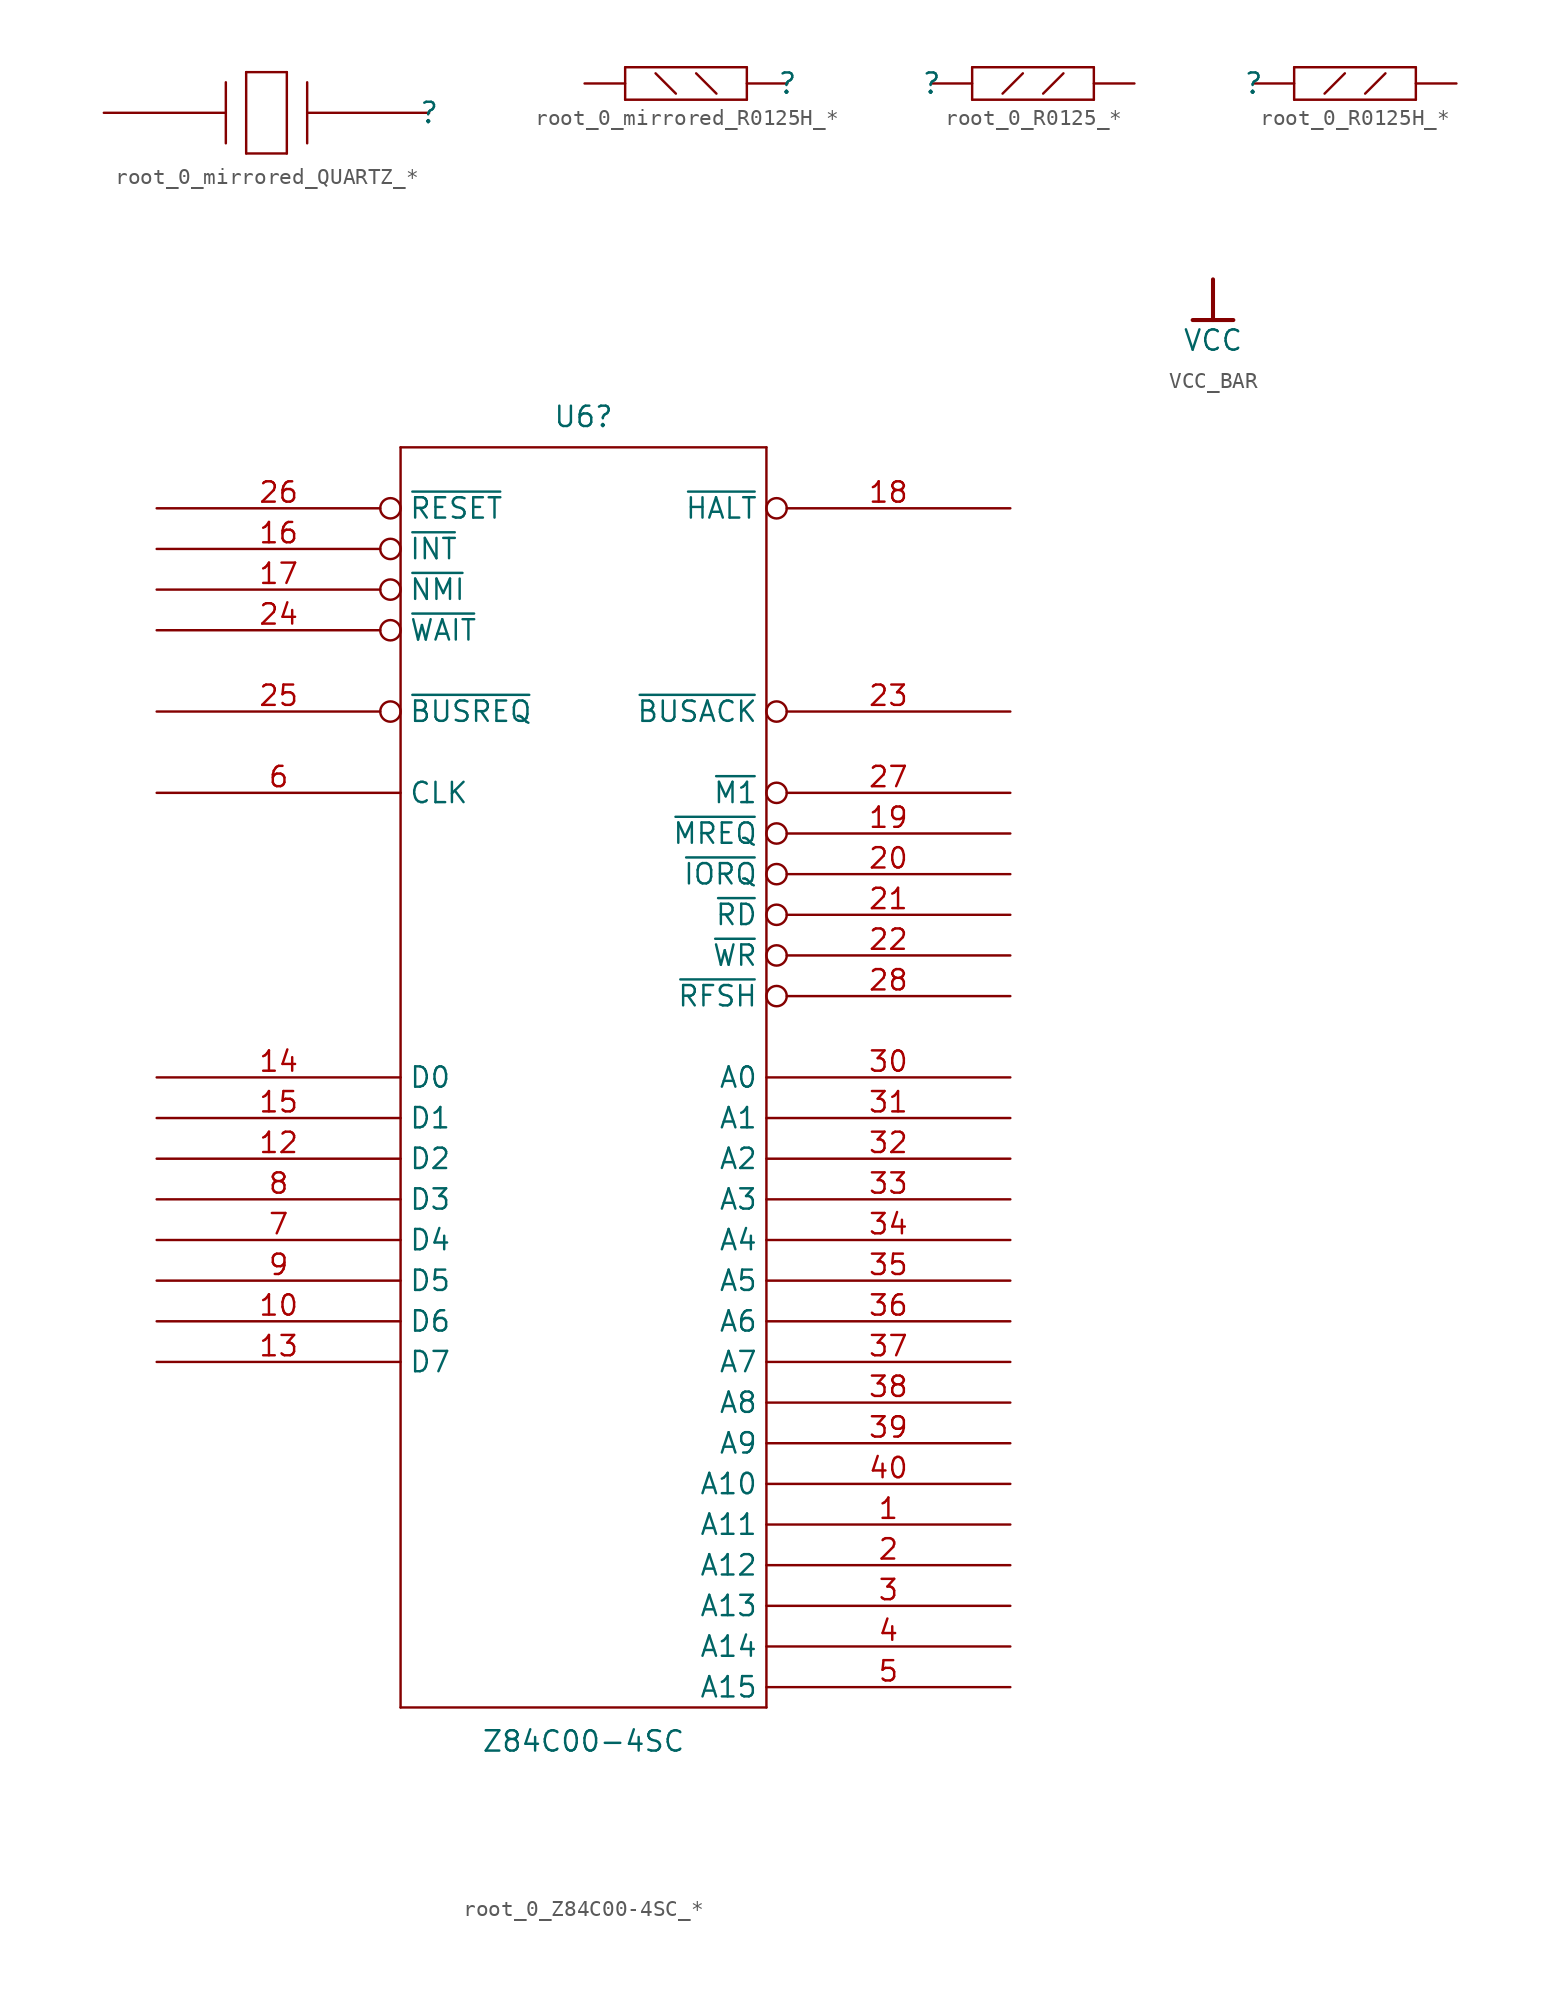
<source format=kicad_sym>
(kicad_symbol_lib
  (version 20241209)
  (generator "kicad_symbol_editor")
  (generator_version "9.0")
  (symbol "root_0_mirrored_QUARTZ_*"
    (pin_numbers
      (hide yes))
    (pin_names
      (hide yes))
    (property "Reference" ""
      (at 0 0 0)
      (effects (font (size 1.27 1.27))))
    (property "Value" ""
      (at 0 0 0)
      (effects (font (size 1.27 1.27))))
    (symbol "root_0_mirrored_QUARTZ_*_1_0"
      (polyline (pts (xy -12.7 -1.905) (xy -12.7 1.905)) (stroke (width 0) (type solid)) (fill (type none)))
      (polyline (pts (xy -11.43 2.54) (xy -11.43 -2.54)) (stroke (width 0) (type solid)) (fill (type none)))
      (polyline (pts (xy -11.43 -2.54) (xy -8.89 -2.54)) (stroke (width 0) (type solid)) (fill (type none)))
      (polyline (pts (xy -8.89 2.54) (xy -11.43 2.54)) (stroke (width 0) (type solid)) (fill (type none)))
      (polyline (pts (xy -8.89 -2.54) (xy -8.89 2.54)) (stroke (width 0) (type solid)) (fill (type none)))
      (polyline (pts (xy -7.62 -1.905) (xy -7.62 1.905)) (stroke (width 0) (type solid)) (fill (type none)))
      (pin passive line (at -20.32 0 0) (length 7.62) (name "" (effects (font (size 1.27 1.27)))) (number "2" (effects (font (size 1.27 1.27)))))
      (pin passive line (at 0 0 180) (length 7.62) (name "" (effects (font (size 1.27 1.27)))) (number "1" (effects (font (size 1.27 1.27)))))))
  (symbol "root_0_mirrored_R0125H_*"
    (pin_numbers
      (hide yes))
    (pin_names
      (hide yes))
    (property "Reference" ""
      (at 0 0 0)
      (effects (font (size 1.27 1.27))))
    (property "Value" ""
      (at 0 0 0)
      (effects (font (size 1.27 1.27))))
    (symbol "root_0_mirrored_R0125H_*_1_0"
      (polyline (pts (xy -10.16 -1.016) (xy -10.16 1.016)) (stroke (width 0) (type solid)) (fill (type none)))
      (polyline (pts (xy -10.16 -1.016) (xy -2.54 -1.016)) (stroke (width 0) (type solid)) (fill (type none)))
      (polyline (pts (xy -6.985 -0.635) (xy -8.255 0.635)) (stroke (width 0) (type solid)) (fill (type none)))
      (polyline (pts (xy -4.445 -0.635) (xy -5.715 0.635)) (stroke (width 0) (type solid)) (fill (type none)))
      (polyline (pts (xy -2.54 1.016) (xy -10.16 1.016)) (stroke (width 0) (type solid)) (fill (type none)))
      (polyline (pts (xy -2.54 -1.016) (xy -2.54 1.016)) (stroke (width 0) (type solid)) (fill (type none)))
      (pin passive line (at -12.7 0 0) (length 2.54) (name "" (effects (font (size 1.27 1.27)))) (number "2" (effects (font (size 1.27 1.27)))))
      (pin passive line (at 0 0 180) (length 2.54) (name "" (effects (font (size 1.27 1.27)))) (number "1" (effects (font (size 1.27 1.27)))))))
  (symbol "root_0_R0125_*"
    (pin_numbers
      (hide yes))
    (pin_names
      (hide yes))
    (property "Reference" ""
      (at 0 0 0)
      (effects (font (size 1.27 1.27))))
    (property "Value" ""
      (at 0 0 0)
      (effects (font (size 1.27 1.27))))
    (symbol "root_0_R0125_*_1_0"
      (polyline (pts (xy 2.54 1.016) (xy 10.16 1.016)) (stroke (width 0) (type solid)) (fill (type none)))
      (polyline (pts (xy 2.54 -1.016) (xy 2.54 1.016)) (stroke (width 0) (type solid)) (fill (type none)))
      (polyline (pts (xy 4.445 -0.635) (xy 5.715 0.635)) (stroke (width 0) (type solid)) (fill (type none)))
      (polyline (pts (xy 6.985 -0.635) (xy 8.255 0.635)) (stroke (width 0) (type solid)) (fill (type none)))
      (polyline (pts (xy 10.16 -1.016) (xy 2.54 -1.016)) (stroke (width 0) (type solid)) (fill (type none)))
      (polyline (pts (xy 10.16 -1.016) (xy 10.16 1.016)) (stroke (width 0) (type solid)) (fill (type none)))
      (pin passive line (at 0 0 0) (length 2.54) (name "TOP" (effects (font (size 1.27 1.27)))) (number "1" (effects (font (size 1.27 1.27)))))
      (pin passive line (at 12.7 0 180) (length 2.54) (name "BOT" (effects (font (size 1.27 1.27)))) (number "2" (effects (font (size 1.27 1.27)))))))
  (symbol "root_0_R0125H_*"
    (pin_numbers
      (hide yes))
    (pin_names
      (hide yes))
    (property "Reference" ""
      (at 0 0 0)
      (effects (font (size 1.27 1.27))))
    (property "Value" ""
      (at 0 0 0)
      (effects (font (size 1.27 1.27))))
    (symbol "root_0_R0125H_*_1_0"
      (polyline (pts (xy 2.54 1.016) (xy 10.16 1.016)) (stroke (width 0) (type solid)) (fill (type none)))
      (polyline (pts (xy 2.54 -1.016) (xy 2.54 1.016)) (stroke (width 0) (type solid)) (fill (type none)))
      (polyline (pts (xy 4.445 -0.635) (xy 5.715 0.635)) (stroke (width 0) (type solid)) (fill (type none)))
      (polyline (pts (xy 6.985 -0.635) (xy 8.255 0.635)) (stroke (width 0) (type solid)) (fill (type none)))
      (polyline (pts (xy 10.16 -1.016) (xy 2.54 -1.016)) (stroke (width 0) (type solid)) (fill (type none)))
      (polyline (pts (xy 10.16 -1.016) (xy 10.16 1.016)) (stroke (width 0) (type solid)) (fill (type none)))
      (pin passive line (at 0 0 0) (length 2.54) (name "" (effects (font (size 1.27 1.27)))) (number "1" (effects (font (size 1.27 1.27)))))
      (pin passive line (at 12.7 0 180) (length 2.54) (name "" (effects (font (size 1.27 1.27)))) (number "2" (effects (font (size 1.27 1.27)))))))
  (symbol "root_0_Z84C00-4SC_*"
    (property "Reference" "U6"
      (at 26.67 58.319 0)
      (effects (font (size 1.27 1.27)) (justify bottom)))
    (property "Value" "Z84C00-4SC"
      (at 26.67 -22.961 0)
      (effects (font (size 1.27 1.27)) (justify top)))
    (symbol "root_0_Z84C00-4SC_*_0_0"
      (pin power_in line (at 10.16 -7.62 90) (length 7.62) (hide yes) (name "VCC" (effects (font (size 1.27 1.27)))) (number "11" (effects (font (size 1.27 1.27)))))
      (pin power_in line (at 12.7 -7.62 90) (length 7.62) (hide yes) (name "GND" (effects (font (size 1.27 1.27)))) (number "29" (effects (font (size 1.27 1.27))))))
    (symbol "root_0_Z84C00-4SC_*_1_0"
      (polyline (pts (xy 15.24 57.15) (xy 38.1 57.15)) (stroke (width 0) (type solid)) (fill (type none)))
      (polyline (pts (xy 15.24 -21.59) (xy 15.24 57.15)) (stroke (width 0) (type solid)) (fill (type none)))
      (polyline (pts (xy 38.1 57.15) (xy 38.1 -21.59)) (stroke (width 0) (type solid)) (fill (type none)))
      (polyline (pts (xy 38.1 -21.59) (xy 15.24 -21.59)) (stroke (width 0) (type solid)) (fill (type none)))
      (pin input inverted (at 0 53.34 0) (length 15.24) (name "~{RESET}" (effects (font (size 1.27 1.27)))) (number "26" (effects (font (size 1.27 1.27)))))
      (pin input inverted (at 0 50.8 0) (length 15.24) (name "~{INT}" (effects (font (size 1.27 1.27)))) (number "16" (effects (font (size 1.27 1.27)))))
      (pin input inverted (at 0 48.26 0) (length 15.24) (name "~{NMI}" (effects (font (size 1.27 1.27)))) (number "17" (effects (font (size 1.27 1.27)))))
      (pin input inverted (at 0 45.72 0) (length 15.24) (name "~{WAIT}" (effects (font (size 1.27 1.27)))) (number "24" (effects (font (size 1.27 1.27)))))
      (pin input inverted (at 0 40.64 0) (length 15.24) (name "~{BUSREQ}" (effects (font (size 1.27 1.27)))) (number "25" (effects (font (size 1.27 1.27)))))
      (pin input line (at 0 35.56 0) (length 15.24) (name "CLK" (effects (font (size 1.27 1.27)))) (number "6" (effects (font (size 1.27 1.27)))))
      (pin bidirectional line (at 0 17.78 0) (length 15.24) (name "D0" (effects (font (size 1.27 1.27)))) (number "14" (effects (font (size 1.27 1.27)))))
      (pin bidirectional line (at 0 15.24 0) (length 15.24) (name "D1" (effects (font (size 1.27 1.27)))) (number "15" (effects (font (size 1.27 1.27)))))
      (pin bidirectional line (at 0 12.7 0) (length 15.24) (name "D2" (effects (font (size 1.27 1.27)))) (number "12" (effects (font (size 1.27 1.27)))))
      (pin bidirectional line (at 0 10.16 0) (length 15.24) (name "D3" (effects (font (size 1.27 1.27)))) (number "8" (effects (font (size 1.27 1.27)))))
      (pin bidirectional line (at 0 7.62 0) (length 15.24) (name "D4" (effects (font (size 1.27 1.27)))) (number "7" (effects (font (size 1.27 1.27)))))
      (pin bidirectional line (at 0 5.08 0) (length 15.24) (name "D5" (effects (font (size 1.27 1.27)))) (number "9" (effects (font (size 1.27 1.27)))))
      (pin bidirectional line (at 0 2.54 0) (length 15.24) (name "D6" (effects (font (size 1.27 1.27)))) (number "10" (effects (font (size 1.27 1.27)))))
      (pin bidirectional line (at 0 0 0) (length 15.24) (name "D7" (effects (font (size 1.27 1.27)))) (number "13" (effects (font (size 1.27 1.27)))))
      (pin output inverted (at 53.34 53.34 180) (length 15.24) (name "~{HALT}" (effects (font (size 1.27 1.27)))) (number "18" (effects (font (size 1.27 1.27)))))
      (pin output inverted (at 53.34 40.64 180) (length 15.24) (name "~{BUSACK}" (effects (font (size 1.27 1.27)))) (number "23" (effects (font (size 1.27 1.27)))))
      (pin output inverted (at 53.34 35.56 180) (length 15.24) (name "~{M1}" (effects (font (size 1.27 1.27)))) (number "27" (effects (font (size 1.27 1.27)))))
      (pin output inverted (at 53.34 33.02 180) (length 15.24) (name "~{MREQ}" (effects (font (size 1.27 1.27)))) (number "19" (effects (font (size 1.27 1.27)))))
      (pin output inverted (at 53.34 30.48 180) (length 15.24) (name "~{IORQ}" (effects (font (size 1.27 1.27)))) (number "20" (effects (font (size 1.27 1.27)))))
      (pin output inverted (at 53.34 27.94 180) (length 15.24) (name "~{RD}" (effects (font (size 1.27 1.27)))) (number "21" (effects (font (size 1.27 1.27)))))
      (pin output inverted (at 53.34 25.4 180) (length 15.24) (name "~{WR}" (effects (font (size 1.27 1.27)))) (number "22" (effects (font (size 1.27 1.27)))))
      (pin output inverted (at 53.34 22.86 180) (length 15.24) (name "~{RFSH}" (effects (font (size 1.27 1.27)))) (number "28" (effects (font (size 1.27 1.27)))))
      (pin output line (at 53.34 17.78 180) (length 15.24) (name "A0" (effects (font (size 1.27 1.27)))) (number "30" (effects (font (size 1.27 1.27)))))
      (pin output line (at 53.34 15.24 180) (length 15.24) (name "A1" (effects (font (size 1.27 1.27)))) (number "31" (effects (font (size 1.27 1.27)))))
      (pin output line (at 53.34 12.7 180) (length 15.24) (name "A2" (effects (font (size 1.27 1.27)))) (number "32" (effects (font (size 1.27 1.27)))))
      (pin output line (at 53.34 10.16 180) (length 15.24) (name "A3" (effects (font (size 1.27 1.27)))) (number "33" (effects (font (size 1.27 1.27)))))
      (pin output line (at 53.34 7.62 180) (length 15.24) (name "A4" (effects (font (size 1.27 1.27)))) (number "34" (effects (font (size 1.27 1.27)))))
      (pin output line (at 53.34 5.08 180) (length 15.24) (name "A5" (effects (font (size 1.27 1.27)))) (number "35" (effects (font (size 1.27 1.27)))))
      (pin output line (at 53.34 2.54 180) (length 15.24) (name "A6" (effects (font (size 1.27 1.27)))) (number "36" (effects (font (size 1.27 1.27)))))
      (pin output line (at 53.34 0 180) (length 15.24) (name "A7" (effects (font (size 1.27 1.27)))) (number "37" (effects (font (size 1.27 1.27)))))
      (pin output line (at 53.34 -2.54 180) (length 15.24) (name "A8" (effects (font (size 1.27 1.27)))) (number "38" (effects (font (size 1.27 1.27)))))
      (pin output line (at 53.34 -5.08 180) (length 15.24) (name "A9" (effects (font (size 1.27 1.27)))) (number "39" (effects (font (size 1.27 1.27)))))
      (pin output line (at 53.34 -7.62 180) (length 15.24) (name "A10" (effects (font (size 1.27 1.27)))) (number "40" (effects (font (size 1.27 1.27)))))
      (pin output line (at 53.34 -10.16 180) (length 15.24) (name "A11" (effects (font (size 1.27 1.27)))) (number "1" (effects (font (size 1.27 1.27)))))
      (pin output line (at 53.34 -12.7 180) (length 15.24) (name "A12" (effects (font (size 1.27 1.27)))) (number "2" (effects (font (size 1.27 1.27)))))
      (pin output line (at 53.34 -15.24 180) (length 15.24) (name "A13" (effects (font (size 1.27 1.27)))) (number "3" (effects (font (size 1.27 1.27)))))
      (pin output line (at 53.34 -17.78 180) (length 15.24) (name "A14" (effects (font (size 1.27 1.27)))) (number "4" (effects (font (size 1.27 1.27)))))
      (pin output line (at 53.34 -20.32 180) (length 15.24) (name "A15" (effects (font (size 1.27 1.27)))) (number "5" (effects (font (size 1.27 1.27)))))))
  (symbol "VCC_BAR"
    (power)
    (property "Reference" "#PWR"
      (at 0 0 0)
      (effects (font (size 1.27 1.27)) (hide yes)))
    (property "Value" "VCC"
      (at 0 -3.81 0)
      (effects (font (size 1.27 1.27))))
    (symbol "VCC_BAR_0_0"
      (polyline (pts (xy -1.27 -2.54) (xy 1.27 -2.54)) (stroke (width 0.254) (type solid)) (fill (type none)))
      (polyline (pts (xy 0 0) (xy 0 -2.54)) (stroke (width 0.254) (type solid)) (fill (type none)))
      (pin power_in line (at 0 0 0) (length 0) (hide yes) (name "VCC" (effects (font (size 1.27 1.27)))) (number "" (effects (font (size 1.27 1.27))))))))
</source>
